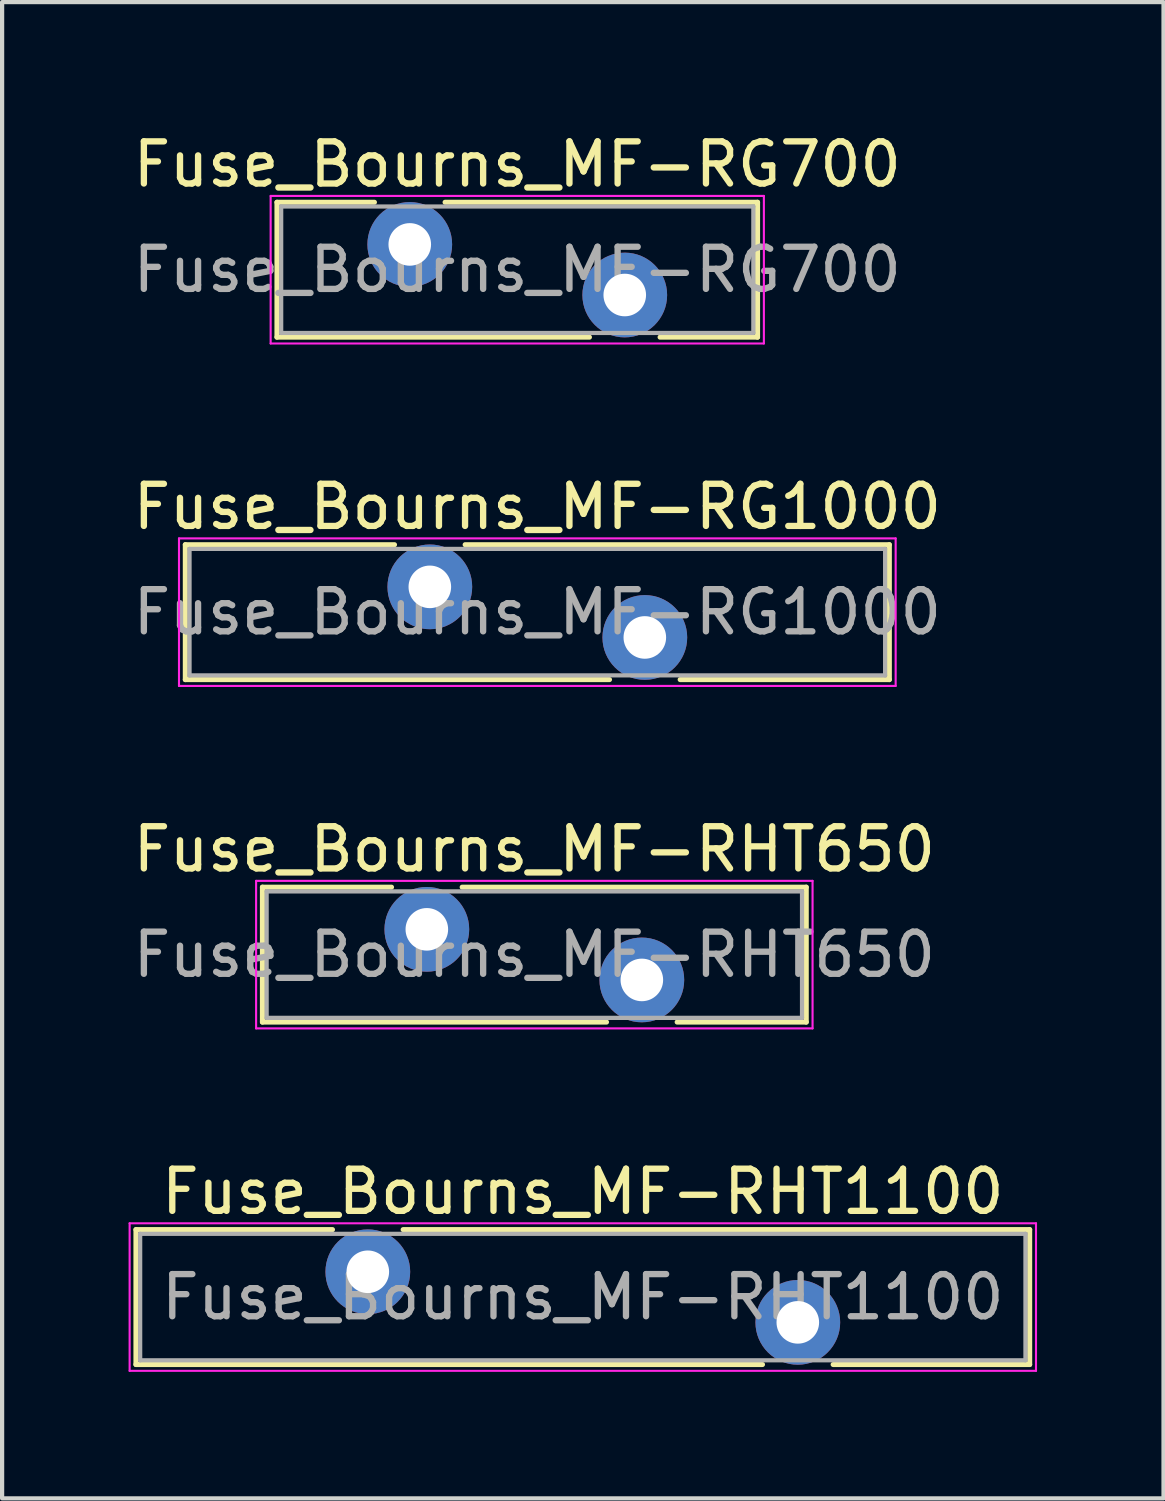
<source format=kicad_pcb>
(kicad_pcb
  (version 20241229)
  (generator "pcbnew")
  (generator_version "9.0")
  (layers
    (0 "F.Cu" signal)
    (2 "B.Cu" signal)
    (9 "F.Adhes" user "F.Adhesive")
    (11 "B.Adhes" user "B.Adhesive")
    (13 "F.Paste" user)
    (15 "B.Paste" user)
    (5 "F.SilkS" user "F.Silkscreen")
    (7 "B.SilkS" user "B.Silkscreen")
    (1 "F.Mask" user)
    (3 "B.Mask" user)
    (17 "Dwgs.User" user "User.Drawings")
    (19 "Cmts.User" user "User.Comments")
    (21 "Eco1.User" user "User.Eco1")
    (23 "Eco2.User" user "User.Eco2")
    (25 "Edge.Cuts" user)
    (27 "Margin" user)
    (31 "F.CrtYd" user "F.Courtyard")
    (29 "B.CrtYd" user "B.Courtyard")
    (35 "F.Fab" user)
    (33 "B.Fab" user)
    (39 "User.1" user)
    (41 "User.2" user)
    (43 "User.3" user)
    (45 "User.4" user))
  (footprint "Fuse_Bourns_MF-RG700"
    (layer "F.Cu")
    (at 6.67 2.748)
    (property "Reference" "Fuse_Bourns_MF-RG700" (at 2.55 -1.9 0) (layer "F.SilkS") (effects (font (size 1 1) (thickness 0.15))))
    (attr through_hole)
    (fp_line (start -3.15 -1) (end -3.15 2.2) (stroke (width 0.12) (type solid)) (layer "F.SilkS"))
    (fp_line (start -3.15 -1) (end -0.838 -1) (stroke (width 0.12) (type solid)) (layer "F.SilkS"))
    (fp_line (start -3.15 2.2) (end 4.262 2.2) (stroke (width 0.12) (type solid)) (layer "F.SilkS"))
    (fp_line (start 0.838 -1) (end 8.25 -1) (stroke (width 0.12) (type solid)) (layer "F.SilkS"))
    (fp_line (start 5.938 2.2) (end 8.25 2.2) (stroke (width 0.12) (type solid)) (layer "F.SilkS"))
    (fp_line (start 8.25 -1) (end 8.25 2.2) (stroke (width 0.12) (type solid)) (layer "F.SilkS"))
    (fp_line (start -3.3 -1.15) (end -3.3 2.35) (stroke (width 0.05) (type solid)) (layer "F.CrtYd"))
    (fp_line (start -3.3 2.35) (end 8.4 2.35) (stroke (width 0.05) (type solid)) (layer "F.CrtYd"))
    (fp_line (start 8.4 -1.15) (end -3.3 -1.15) (stroke (width 0.05) (type solid)) (layer "F.CrtYd"))
    (fp_line (start 8.4 2.35) (end 8.4 -1.15) (stroke (width 0.05) (type solid)) (layer "F.CrtYd"))
    (fp_line (start -3.05 -0.9) (end -3.05 2.1) (stroke (width 0.1) (type solid)) (layer "F.Fab"))
    (fp_line (start -3.05 2.1) (end 8.15 2.1) (stroke (width 0.1) (type solid)) (layer "F.Fab"))
    (fp_line (start 8.15 -0.9) (end -3.05 -0.9) (stroke (width 0.1) (type solid)) (layer "F.Fab"))
    (fp_line (start 8.15 2.1) (end 8.15 -0.9) (stroke (width 0.1) (type solid)) (layer "F.Fab"))
    (fp_text user "${REFERENCE}" (at 2.55 0.6 0) (layer "F.Fab") (effects (font (size 1 1) (thickness 0.15))))
    (pad "1" thru_hole circle (at 0 0) (size 2.01 2.01) (drill 1.01) (layers "*.Cu" "*.Mask"))
    (pad "2" thru_hole circle (at 5.1 1.2) (size 2.01 2.01) (drill 1.01) (layers "*.Cu" "*.Mask")))
  (footprint "Fuse_Bourns_MF-RG1000"
    (layer "F.Cu")
    (at 7.146 10.871)
    (property "Reference" "Fuse_Bourns_MF-RG1000" (at 2.55 -1.9 0) (layer "F.SilkS") (effects (font (size 1 1) (thickness 0.15))))
    (attr through_hole)
    (fp_line (start -5.8 -1) (end -5.8 2.2) (stroke (width 0.12) (type solid)) (layer "F.SilkS"))
    (fp_line (start -5.8 -1) (end -0.838 -1) (stroke (width 0.12) (type solid)) (layer "F.SilkS"))
    (fp_line (start -5.8 2.2) (end 4.262 2.2) (stroke (width 0.12) (type solid)) (layer "F.SilkS"))
    (fp_line (start 0.838 -1) (end 10.9 -1) (stroke (width 0.12) (type solid)) (layer "F.SilkS"))
    (fp_line (start 5.938 2.2) (end 10.9 2.2) (stroke (width 0.12) (type solid)) (layer "F.SilkS"))
    (fp_line (start 10.9 -1) (end 10.9 2.2) (stroke (width 0.12) (type solid)) (layer "F.SilkS"))
    (fp_line (start -5.95 -1.15) (end -5.95 2.35) (stroke (width 0.05) (type solid)) (layer "F.CrtYd"))
    (fp_line (start -5.95 2.35) (end 11.05 2.35) (stroke (width 0.05) (type solid)) (layer "F.CrtYd"))
    (fp_line (start 11.05 -1.15) (end -5.95 -1.15) (stroke (width 0.05) (type solid)) (layer "F.CrtYd"))
    (fp_line (start 11.05 2.35) (end 11.05 -1.15) (stroke (width 0.05) (type solid)) (layer "F.CrtYd"))
    (fp_line (start -5.7 -0.9) (end -5.7 2.1) (stroke (width 0.1) (type solid)) (layer "F.Fab"))
    (fp_line (start -5.7 2.1) (end 10.8 2.1) (stroke (width 0.1) (type solid)) (layer "F.Fab"))
    (fp_line (start 10.8 -0.9) (end -5.7 -0.9) (stroke (width 0.1) (type solid)) (layer "F.Fab"))
    (fp_line (start 10.8 2.1) (end 10.8 -0.9) (stroke (width 0.1) (type solid)) (layer "F.Fab"))
    (fp_text user "${REFERENCE}" (at 2.55 0.6 0) (layer "F.Fab") (effects (font (size 1 1) (thickness 0.15))))
    (pad "1" thru_hole circle (at 0 0) (size 2.01 2.01) (drill 1.01) (layers "*.Cu" "*.Mask"))
    (pad "2" thru_hole circle (at 5.1 1.2) (size 2.01 2.01) (drill 1.01) (layers "*.Cu" "*.Mask")))
  (footprint "Fuse_Bourns_MF-RHT650"
    (layer "F.Cu")
    (at 7.075 18.995)
    (property "Reference" "Fuse_Bourns_MF-RHT650" (at 2.55 -1.9 0) (layer "F.SilkS") (effects (font (size 1 1) (thickness 0.15))))
    (attr through_hole)
    (fp_line (start -3.9 -1) (end -3.9 2.2) (stroke (width 0.12) (type solid)) (layer "F.SilkS"))
    (fp_line (start -3.9 -1) (end -0.838 -1) (stroke (width 0.12) (type solid)) (layer "F.SilkS"))
    (fp_line (start -3.9 2.2) (end 4.262 2.2) (stroke (width 0.12) (type solid)) (layer "F.SilkS"))
    (fp_line (start 0.838 -1) (end 9 -1) (stroke (width 0.12) (type solid)) (layer "F.SilkS"))
    (fp_line (start 5.938 2.2) (end 9 2.2) (stroke (width 0.12) (type solid)) (layer "F.SilkS"))
    (fp_line (start 9 -1) (end 9 2.2) (stroke (width 0.12) (type solid)) (layer "F.SilkS"))
    (fp_line (start -4.05 -1.15) (end -4.05 2.35) (stroke (width 0.05) (type solid)) (layer "F.CrtYd"))
    (fp_line (start -4.05 2.35) (end 9.15 2.35) (stroke (width 0.05) (type solid)) (layer "F.CrtYd"))
    (fp_line (start 9.15 -1.15) (end -4.05 -1.15) (stroke (width 0.05) (type solid)) (layer "F.CrtYd"))
    (fp_line (start 9.15 2.35) (end 9.15 -1.15) (stroke (width 0.05) (type solid)) (layer "F.CrtYd"))
    (fp_line (start -3.8 -0.9) (end -3.8 2.1) (stroke (width 0.1) (type solid)) (layer "F.Fab"))
    (fp_line (start -3.8 2.1) (end 8.9 2.1) (stroke (width 0.1) (type solid)) (layer "F.Fab"))
    (fp_line (start 8.9 -0.9) (end -3.8 -0.9) (stroke (width 0.1) (type solid)) (layer "F.Fab"))
    (fp_line (start 8.9 2.1) (end 8.9 -0.9) (stroke (width 0.1) (type solid)) (layer "F.Fab"))
    (fp_text user "${REFERENCE}" (at 2.55 0.6 0) (layer "F.Fab") (effects (font (size 1 1) (thickness 0.15))))
    (pad "1" thru_hole circle (at 0 0) (size 2.01 2.01) (drill 1.01) (layers "*.Cu" "*.Mask"))
    (pad "2" thru_hole circle (at 5.1 1.2) (size 2.01 2.01) (drill 1.01) (layers "*.Cu" "*.Mask")))
  (footprint "Fuse_Bourns_MF-RHT1100"
    (layer "F.Cu")
    (at 5.675 27.118)
    (property "Reference" "Fuse_Bourns_MF-RHT1100" (at 5.1 -1.9 0) (layer "F.SilkS") (effects (font (size 1 1) (thickness 0.15))))
    (attr through_hole)
    (fp_line (start -5.5 -1) (end -5.5 2.2) (stroke (width 0.12) (type solid)) (layer "F.SilkS"))
    (fp_line (start -5.5 -1) (end -0.838 -1) (stroke (width 0.12) (type solid)) (layer "F.SilkS"))
    (fp_line (start -5.5 2.2) (end 9.362 2.2) (stroke (width 0.12) (type solid)) (layer "F.SilkS"))
    (fp_line (start 0.838 -1) (end 15.7 -1) (stroke (width 0.12) (type solid)) (layer "F.SilkS"))
    (fp_line (start 11.038 2.2) (end 15.7 2.2) (stroke (width 0.12) (type solid)) (layer "F.SilkS"))
    (fp_line (start 15.7 -1) (end 15.7 2.2) (stroke (width 0.12) (type solid)) (layer "F.SilkS"))
    (fp_line (start -5.65 -1.15) (end -5.65 2.35) (stroke (width 0.05) (type solid)) (layer "F.CrtYd"))
    (fp_line (start -5.65 2.35) (end 15.85 2.35) (stroke (width 0.05) (type solid)) (layer "F.CrtYd"))
    (fp_line (start 15.85 -1.15) (end -5.65 -1.15) (stroke (width 0.05) (type solid)) (layer "F.CrtYd"))
    (fp_line (start 15.85 2.35) (end 15.85 -1.15) (stroke (width 0.05) (type solid)) (layer "F.CrtYd"))
    (fp_line (start -5.4 -0.9) (end -5.4 2.1) (stroke (width 0.1) (type solid)) (layer "F.Fab"))
    (fp_line (start -5.4 2.1) (end 15.6 2.1) (stroke (width 0.1) (type solid)) (layer "F.Fab"))
    (fp_line (start 15.6 -0.9) (end -5.4 -0.9) (stroke (width 0.1) (type solid)) (layer "F.Fab"))
    (fp_line (start 15.6 2.1) (end 15.6 -0.9) (stroke (width 0.1) (type solid)) (layer "F.Fab"))
    (fp_text user "${REFERENCE}" (at 5.1 0.6 0) (layer "F.Fab") (effects (font (size 1 1) (thickness 0.15))))
    (pad "1" thru_hole circle (at 0 0) (size 2.01 2.01) (drill 1.01) (layers "*.Cu" "*.Mask"))
    (pad "2" thru_hole circle (at 10.2 1.2) (size 2.01 2.01) (drill 1.01) (layers "*.Cu" "*.Mask")))
  (gr_rect
    (start -3 -3)
    (end 24.55 32.493)
    (stroke (width 0.1) (type default))
    (fill no)
    (layer "Edge.Cuts")))
</source>
